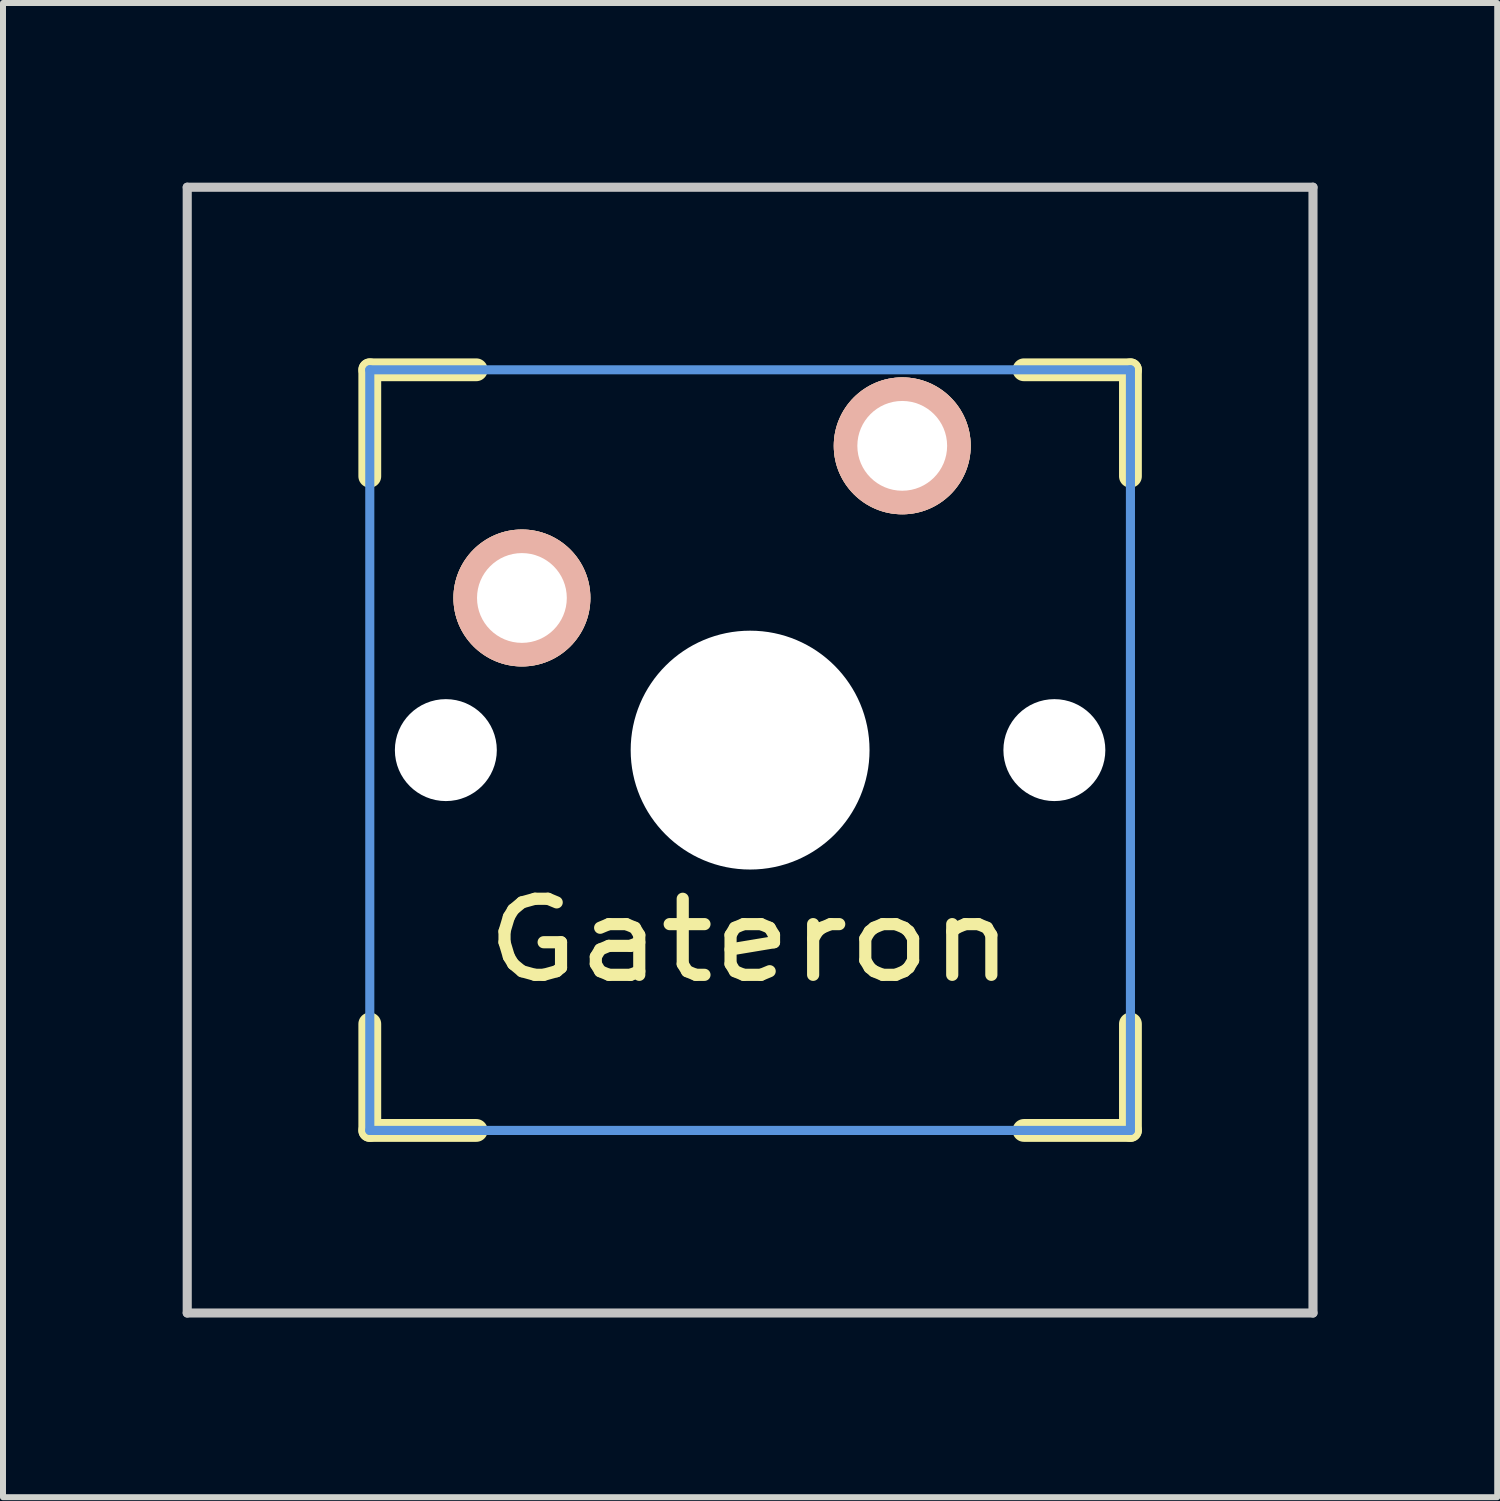
<source format=kicad_pcb>
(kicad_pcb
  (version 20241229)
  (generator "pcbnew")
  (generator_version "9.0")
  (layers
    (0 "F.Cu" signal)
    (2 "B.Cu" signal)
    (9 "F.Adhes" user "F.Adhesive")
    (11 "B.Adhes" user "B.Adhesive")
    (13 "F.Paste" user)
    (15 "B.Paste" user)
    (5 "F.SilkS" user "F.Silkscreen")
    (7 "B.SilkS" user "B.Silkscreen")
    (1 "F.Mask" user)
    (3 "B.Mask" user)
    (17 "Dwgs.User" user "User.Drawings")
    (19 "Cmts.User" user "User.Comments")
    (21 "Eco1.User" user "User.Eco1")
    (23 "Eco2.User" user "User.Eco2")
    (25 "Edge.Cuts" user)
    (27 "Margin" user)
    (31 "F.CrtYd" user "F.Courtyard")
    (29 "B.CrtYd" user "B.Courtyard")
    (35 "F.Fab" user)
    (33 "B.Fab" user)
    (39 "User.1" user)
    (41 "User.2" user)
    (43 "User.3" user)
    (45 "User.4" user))
  (footprint "Gateron"
    (layer "F.Cu")
    (at 9.474 9.474)
    (property "Reference" "Gateron" (at 0 3.175 0) (layer "F.SilkS") (effects (font (size 1.27 1.524) (thickness 0.203))))
    (attr through_hole)
    (fp_line (start -6.35 -6.35) (end -4.572 -6.35) (stroke (width 0.381) (type solid)) (layer "F.SilkS"))
    (fp_line (start -6.35 -4.572) (end -6.35 -6.35) (stroke (width 0.381) (type solid)) (layer "F.SilkS"))
    (fp_line (start -6.35 6.35) (end -6.35 4.572) (stroke (width 0.381) (type solid)) (layer "F.SilkS"))
    (fp_line (start -4.572 6.35) (end -6.35 6.35) (stroke (width 0.381) (type solid)) (layer "F.SilkS"))
    (fp_line (start 4.572 -6.35) (end 6.35 -6.35) (stroke (width 0.381) (type solid)) (layer "F.SilkS"))
    (fp_line (start 6.35 -6.35) (end 6.35 -4.572) (stroke (width 0.381) (type solid)) (layer "F.SilkS"))
    (fp_line (start 6.35 4.572) (end 6.35 6.35) (stroke (width 0.381) (type solid)) (layer "F.SilkS"))
    (fp_line (start 6.35 6.35) (end 4.572 6.35) (stroke (width 0.381) (type solid)) (layer "F.SilkS"))
    (fp_line (start -9.398 -9.398) (end 9.398 -9.398) (stroke (width 0.152) (type solid)) (layer "Dwgs.User"))
    (fp_line (start -9.398 9.398) (end -9.398 -9.398) (stroke (width 0.152) (type solid)) (layer "Dwgs.User"))
    (fp_line (start 9.398 -9.398) (end 9.398 9.398) (stroke (width 0.152) (type solid)) (layer "Dwgs.User"))
    (fp_line (start 9.398 9.398) (end -9.398 9.398) (stroke (width 0.152) (type solid)) (layer "Dwgs.User"))
    (fp_line (start -6.35 -6.35) (end 6.35 -6.35) (stroke (width 0.152) (type solid)) (layer "Cmts.User"))
    (fp_line (start -6.35 6.35) (end -6.35 -6.35) (stroke (width 0.152) (type solid)) (layer "Cmts.User"))
    (fp_line (start 6.35 -6.35) (end 6.35 6.35) (stroke (width 0.152) (type solid)) (layer "Cmts.User"))
    (fp_line (start 6.35 6.35) (end -6.35 6.35) (stroke (width 0.152) (type solid)) (layer "Cmts.User"))
    (fp_line (start -6.985 -6.985) (end 6.985 -6.985) (stroke (width 0.152) (type solid)) (layer "Eco2.User"))
    (fp_line (start -6.985 6.985) (end -6.985 -6.985) (stroke (width 0.152) (type solid)) (layer "Eco2.User"))
    (fp_line (start 6.985 -6.985) (end 6.985 6.985) (stroke (width 0.152) (type solid)) (layer "Eco2.User"))
    (fp_line (start 6.985 6.985) (end -6.985 6.985) (stroke (width 0.152) (type solid)) (layer "Eco2.User"))
    (fp_text user "" (at -5.715 8.255 0) (layer "Dwgs.User") (effects (font (size 1.524 1.524) (thickness 0.305))))
    (pad "" np_thru_hole circle (at -5.08 0) (size 1.702 1.702) (drill 1.702) (layers "*.Cu"))
    (pad "" np_thru_hole circle (at 0 0) (size 3.988 3.988) (drill 3.988) (layers "*.Cu"))
    (pad "" np_thru_hole circle (at 5.08 0) (size 1.702 1.702) (drill 1.702) (layers "*.Cu"))
    (pad "1" thru_hole circle (at -3.81 -2.54) (size 2.286 2.286) (drill 1.499) (layers "*.Cu" "*.SilkS" "*.Mask"))
    (pad "2" thru_hole circle (at 2.54 -5.08) (size 2.286 2.286) (drill 1.499) (layers "*.Cu" "*.SilkS" "*.Mask")))
  (gr_rect
    (start -3 -3)
    (end 21.948 21.948)
    (stroke (width 0.1) (type default))
    (fill no)
    (layer "Edge.Cuts")))
</source>
